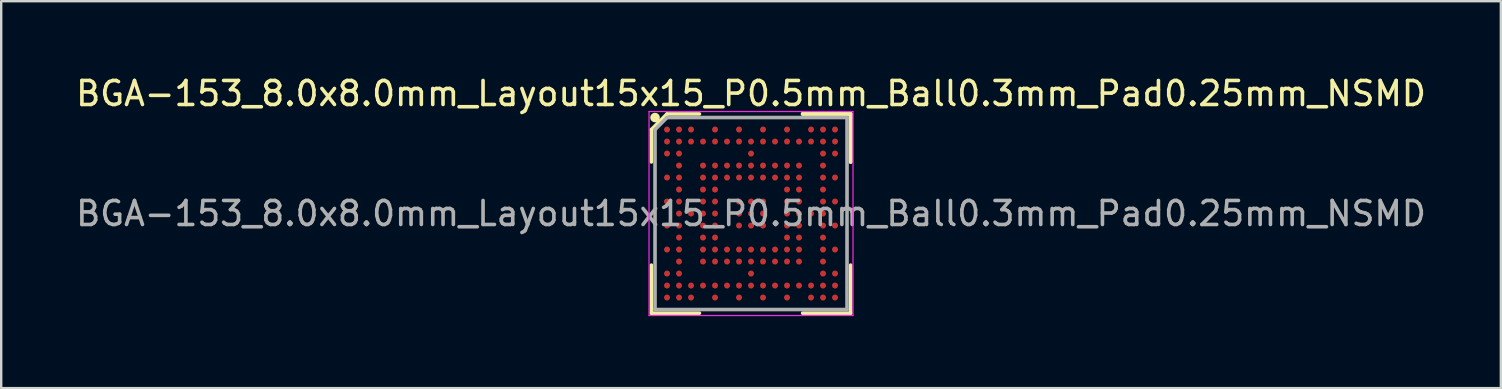
<source format=kicad_pcb>
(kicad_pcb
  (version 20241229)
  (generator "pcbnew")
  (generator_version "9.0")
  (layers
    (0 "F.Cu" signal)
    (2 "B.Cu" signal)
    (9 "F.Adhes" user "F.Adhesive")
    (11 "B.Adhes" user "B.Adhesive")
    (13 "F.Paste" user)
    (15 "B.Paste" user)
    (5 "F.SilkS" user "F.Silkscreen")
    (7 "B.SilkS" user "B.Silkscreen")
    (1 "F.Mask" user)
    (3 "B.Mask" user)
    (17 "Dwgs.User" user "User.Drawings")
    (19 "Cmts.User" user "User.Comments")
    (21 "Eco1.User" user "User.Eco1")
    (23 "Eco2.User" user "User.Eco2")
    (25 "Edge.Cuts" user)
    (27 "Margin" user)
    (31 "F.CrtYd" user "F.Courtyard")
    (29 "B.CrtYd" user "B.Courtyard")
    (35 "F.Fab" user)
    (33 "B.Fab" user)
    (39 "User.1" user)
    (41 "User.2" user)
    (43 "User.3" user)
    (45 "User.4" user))
  (footprint "BGA-153_8.0x8.0mm_Layout15x15_P0.5mm_Ball0.3mm_Pad0.25mm_NSMD"
    (layer "F.Cu")
    (at 28.244 5.848)
    (property "Reference" "BGA-153_8.0x8.0mm_Layout15x15_P0.5mm_Ball0.3mm_Pad0.25mm_NSMD" (at 0 -5 0) (layer "F.SilkS") (effects (font (size 1 1) (thickness 0.15))))
    (attr smd)
    (fp_line (start -4.15 -3.5) (end -4.15 -2.15) (stroke (width 0.15) (type solid)) (layer "F.SilkS"))
    (fp_line (start -4.15 4.15) (end -4.15 2.15) (stroke (width 0.15) (type solid)) (layer "F.SilkS"))
    (fp_line (start -3.5 -4.15) (end -4.15 -3.5) (stroke (width 0.15) (type solid)) (layer "F.SilkS"))
    (fp_line (start -2.15 -4.15) (end -3.5 -4.15) (stroke (width 0.15) (type solid)) (layer "F.SilkS"))
    (fp_line (start -2.15 4.15) (end -4.15 4.15) (stroke (width 0.15) (type solid)) (layer "F.SilkS"))
    (fp_line (start 2.15 -4.15) (end 4.15 -4.15) (stroke (width 0.15) (type solid)) (layer "F.SilkS"))
    (fp_line (start 2.15 -4.15) (end 4.15 -4.15) (stroke (width 0.15) (type solid)) (layer "F.SilkS"))
    (fp_line (start 2.15 -4.15) (end 4.15 -4.15) (stroke (width 0.15) (type solid)) (layer "F.SilkS"))
    (fp_line (start 2.15 4.15) (end 4.15 4.15) (stroke (width 0.15) (type solid)) (layer "F.SilkS"))
    (fp_line (start 4.15 -4.15) (end 4.15 -2.15) (stroke (width 0.15) (type solid)) (layer "F.SilkS"))
    (fp_line (start 4.15 -4.15) (end 4.15 -2.15) (stroke (width 0.15) (type solid)) (layer "F.SilkS"))
    (fp_line (start 4.15 -4.15) (end 4.15 -2.15) (stroke (width 0.15) (type solid)) (layer "F.SilkS"))
    (fp_line (start 4.15 4.15) (end 4.15 2.15) (stroke (width 0.15) (type solid)) (layer "F.SilkS"))
    (fp_circle (center -4 -4) (end -4 -3.9) (stroke (width 0.2) (type solid)) (fill no) (layer "F.SilkS"))
    (fp_line (start -4.25 -4.25) (end 4.25 -4.25) (stroke (width 0.05) (type solid)) (layer "F.CrtYd"))
    (fp_line (start -4.25 4.25) (end -4.25 -4.25) (stroke (width 0.05) (type solid)) (layer "F.CrtYd"))
    (fp_line (start 4.25 -4.25) (end 4.25 4.25) (stroke (width 0.05) (type solid)) (layer "F.CrtYd"))
    (fp_line (start 4.25 4.25) (end -4.25 4.25) (stroke (width 0.05) (type solid)) (layer "F.CrtYd"))
    (fp_line (start -4 -3.5) (end -4 4) (stroke (width 0.15) (type solid)) (layer "F.Fab"))
    (fp_line (start -4 4) (end 4 4) (stroke (width 0.15) (type solid)) (layer "F.Fab"))
    (fp_line (start -3.5 -4) (end -4 -3.5) (stroke (width 0.15) (type solid)) (layer "F.Fab"))
    (fp_line (start 4 -4) (end -3.5 -4) (stroke (width 0.15) (type solid)) (layer "F.Fab"))
    (fp_line (start 4 4) (end 4 -4) (stroke (width 0.15) (type solid)) (layer "F.Fab"))
    (fp_text user "${REFERENCE}" (at 0 0 0) (layer "F.Fab") (effects (font (size 1 1) (thickness 0.15))))
    (pad "A1" smd circle (at -3.5 -3.5) (size 0.25 0.25) (layers "F.Cu" "F.Mask" "F.Paste"))
    (pad "A2" smd circle (at -3 -3.5) (size 0.25 0.25) (layers "F.Cu" "F.Mask" "F.Paste"))
    (pad "A3" smd circle (at -2.5 -3.5) (size 0.25 0.25) (layers "F.Cu" "F.Mask" "F.Paste"))
    (pad "A5" smd circle (at -1.5 -3.5) (size 0.25 0.25) (layers "F.Cu" "F.Mask" "F.Paste"))
    (pad "A7" smd circle (at -0.5 -3.5) (size 0.25 0.25) (layers "F.Cu" "F.Mask" "F.Paste"))
    (pad "A9" smd circle (at 0.5 -3.5) (size 0.25 0.25) (layers "F.Cu" "F.Mask" "F.Paste"))
    (pad "A11" smd circle (at 1.5 -3.5) (size 0.25 0.25) (layers "F.Cu" "F.Mask" "F.Paste"))
    (pad "A13" smd circle (at 2.5 -3.5) (size 0.25 0.25) (layers "F.Cu" "F.Mask" "F.Paste"))
    (pad "A14" smd circle (at 3 -3.5) (size 0.25 0.25) (layers "F.Cu" "F.Mask" "F.Paste"))
    (pad "A15" smd circle (at 3.5 -3.5) (size 0.25 0.25) (layers "F.Cu" "F.Mask" "F.Paste"))
    (pad "B1" smd circle (at -3.5 -3) (size 0.25 0.25) (layers "F.Cu" "F.Mask" "F.Paste"))
    (pad "B2" smd circle (at -3 -3) (size 0.25 0.25) (layers "F.Cu" "F.Mask" "F.Paste"))
    (pad "B3" smd circle (at -2.5 -3) (size 0.25 0.25) (layers "F.Cu" "F.Mask" "F.Paste"))
    (pad "B4" smd circle (at -2 -3) (size 0.25 0.25) (layers "F.Cu" "F.Mask" "F.Paste"))
    (pad "B5" smd circle (at -1.5 -3) (size 0.25 0.25) (layers "F.Cu" "F.Mask" "F.Paste"))
    (pad "B6" smd circle (at -1 -3) (size 0.25 0.25) (layers "F.Cu" "F.Mask" "F.Paste"))
    (pad "B7" smd circle (at -0.5 -3) (size 0.25 0.25) (layers "F.Cu" "F.Mask" "F.Paste"))
    (pad "B8" smd circle (at 0 -3) (size 0.25 0.25) (layers "F.Cu" "F.Mask" "F.Paste"))
    (pad "B9" smd circle (at 0.5 -3) (size 0.25 0.25) (layers "F.Cu" "F.Mask" "F.Paste"))
    (pad "B10" smd circle (at 1 -3) (size 0.25 0.25) (layers "F.Cu" "F.Mask" "F.Paste"))
    (pad "B11" smd circle (at 1.5 -3) (size 0.25 0.25) (layers "F.Cu" "F.Mask" "F.Paste"))
    (pad "B12" smd circle (at 2 -3) (size 0.25 0.25) (layers "F.Cu" "F.Mask" "F.Paste"))
    (pad "B13" smd circle (at 2.5 -3) (size 0.25 0.25) (layers "F.Cu" "F.Mask" "F.Paste"))
    (pad "B14" smd circle (at 3 -3) (size 0.25 0.25) (layers "F.Cu" "F.Mask" "F.Paste"))
    (pad "B15" smd circle (at 3.5 -3) (size 0.25 0.25) (layers "F.Cu" "F.Mask" "F.Paste"))
    (pad "C1" smd circle (at -3.5 -2.5) (size 0.25 0.25) (layers "F.Cu" "F.Mask" "F.Paste"))
    (pad "C2" smd circle (at -3 -2.5) (size 0.25 0.25) (layers "F.Cu" "F.Mask" "F.Paste"))
    (pad "C8" smd circle (at 0 -2.5) (size 0.25 0.25) (layers "F.Cu" "F.Mask" "F.Paste"))
    (pad "C14" smd circle (at 3 -2.5) (size 0.25 0.25) (layers "F.Cu" "F.Mask" "F.Paste"))
    (pad "C15" smd circle (at 3.5 -2.5) (size 0.25 0.25) (layers "F.Cu" "F.Mask" "F.Paste"))
    (pad "D2" smd circle (at -3 -2) (size 0.25 0.25) (layers "F.Cu" "F.Mask" "F.Paste"))
    (pad "D4" smd circle (at -2 -2) (size 0.25 0.25) (layers "F.Cu" "F.Mask" "F.Paste"))
    (pad "D5" smd circle (at -1.5 -2) (size 0.25 0.25) (layers "F.Cu" "F.Mask" "F.Paste"))
    (pad "D6" smd circle (at -1 -2) (size 0.25 0.25) (layers "F.Cu" "F.Mask" "F.Paste"))
    (pad "D7" smd circle (at -0.5 -2) (size 0.25 0.25) (layers "F.Cu" "F.Mask" "F.Paste"))
    (pad "D8" smd circle (at 0 -2) (size 0.25 0.25) (layers "F.Cu" "F.Mask" "F.Paste"))
    (pad "D9" smd circle (at 0.5 -2) (size 0.25 0.25) (layers "F.Cu" "F.Mask" "F.Paste"))
    (pad "D10" smd circle (at 1 -2) (size 0.25 0.25) (layers "F.Cu" "F.Mask" "F.Paste"))
    (pad "D11" smd circle (at 1.5 -2) (size 0.25 0.25) (layers "F.Cu" "F.Mask" "F.Paste"))
    (pad "D12" smd circle (at 2 -2) (size 0.25 0.25) (layers "F.Cu" "F.Mask" "F.Paste"))
    (pad "D14" smd circle (at 3 -2) (size 0.25 0.25) (layers "F.Cu" "F.Mask" "F.Paste"))
    (pad "E1" smd circle (at -3.5 -1.5) (size 0.25 0.25) (layers "F.Cu" "F.Mask" "F.Paste"))
    (pad "E2" smd circle (at -3 -1.5) (size 0.25 0.25) (layers "F.Cu" "F.Mask" "F.Paste"))
    (pad "E4" smd circle (at -2 -1.5) (size 0.25 0.25) (layers "F.Cu" "F.Mask" "F.Paste"))
    (pad "E5" smd circle (at -1.5 -1.5) (size 0.25 0.25) (layers "F.Cu" "F.Mask" "F.Paste"))
    (pad "E6" smd circle (at -1 -1.5) (size 0.25 0.25) (layers "F.Cu" "F.Mask" "F.Paste"))
    (pad "E7" smd circle (at -0.5 -1.5) (size 0.25 0.25) (layers "F.Cu" "F.Mask" "F.Paste"))
    (pad "E8" smd circle (at 0 -1.5) (size 0.25 0.25) (layers "F.Cu" "F.Mask" "F.Paste"))
    (pad "E9" smd circle (at 0.5 -1.5) (size 0.25 0.25) (layers "F.Cu" "F.Mask" "F.Paste"))
    (pad "E10" smd circle (at 1 -1.5) (size 0.25 0.25) (layers "F.Cu" "F.Mask" "F.Paste"))
    (pad "E11" smd circle (at 1.5 -1.5) (size 0.25 0.25) (layers "F.Cu" "F.Mask" "F.Paste"))
    (pad "E12" smd circle (at 2 -1.5) (size 0.25 0.25) (layers "F.Cu" "F.Mask" "F.Paste"))
    (pad "E14" smd circle (at 3 -1.5) (size 0.25 0.25) (layers "F.Cu" "F.Mask" "F.Paste"))
    (pad "E15" smd circle (at 3.5 -1.5) (size 0.25 0.25) (layers "F.Cu" "F.Mask" "F.Paste"))
    (pad "F2" smd circle (at -3 -1) (size 0.25 0.25) (layers "F.Cu" "F.Mask" "F.Paste"))
    (pad "F4" smd circle (at -2 -1) (size 0.25 0.25) (layers "F.Cu" "F.Mask" "F.Paste"))
    (pad "F5" smd circle (at -1.5 -1) (size 0.25 0.25) (layers "F.Cu" "F.Mask" "F.Paste"))
    (pad "F11" smd circle (at 1.5 -1) (size 0.25 0.25) (layers "F.Cu" "F.Mask" "F.Paste"))
    (pad "F12" smd circle (at 2 -1) (size 0.25 0.25) (layers "F.Cu" "F.Mask" "F.Paste"))
    (pad "F14" smd circle (at 3 -1) (size 0.25 0.25) (layers "F.Cu" "F.Mask" "F.Paste"))
    (pad "G1" smd circle (at -3.5 -0.5) (size 0.25 0.25) (layers "F.Cu" "F.Mask" "F.Paste"))
    (pad "G2" smd circle (at -3 -0.5) (size 0.25 0.25) (layers "F.Cu" "F.Mask" "F.Paste"))
    (pad "G4" smd circle (at -2 -0.5) (size 0.25 0.25) (layers "F.Cu" "F.Mask" "F.Paste"))
    (pad "G5" smd circle (at -1.5 -0.5) (size 0.25 0.25) (layers "F.Cu" "F.Mask" "F.Paste"))
    (pad "G7" smd circle (at -0.5 -0.5) (size 0.25 0.25) (layers "F.Cu" "F.Mask" "F.Paste"))
    (pad "G8" smd circle (at 0 -0.5) (size 0.25 0.25) (layers "F.Cu" "F.Mask" "F.Paste"))
    (pad "G9" smd circle (at 0.5 -0.5) (size 0.25 0.25) (layers "F.Cu" "F.Mask" "F.Paste"))
    (pad "G11" smd circle (at 1.5 -0.5) (size 0.25 0.25) (layers "F.Cu" "F.Mask" "F.Paste"))
    (pad "G12" smd circle (at 2 -0.5) (size 0.25 0.25) (layers "F.Cu" "F.Mask" "F.Paste"))
    (pad "G14" smd circle (at 3 -0.5) (size 0.25 0.25) (layers "F.Cu" "F.Mask" "F.Paste"))
    (pad "G15" smd circle (at 3.5 -0.5) (size 0.25 0.25) (layers "F.Cu" "F.Mask" "F.Paste"))
    (pad "H2" smd circle (at -3 0) (size 0.25 0.25) (layers "F.Cu" "F.Mask" "F.Paste"))
    (pad "H3" smd circle (at -2.5 0) (size 0.25 0.25) (layers "F.Cu" "F.Mask" "F.Paste"))
    (pad "H4" smd circle (at -2 0) (size 0.25 0.25) (layers "F.Cu" "F.Mask" "F.Paste"))
    (pad "H5" smd circle (at -1.5 0) (size 0.25 0.25) (layers "F.Cu" "F.Mask" "F.Paste"))
    (pad "H7" smd circle (at -0.5 0) (size 0.25 0.25) (layers "F.Cu" "F.Mask" "F.Paste"))
    (pad "H8" smd circle (at 0 0) (size 0.25 0.25) (layers "F.Cu" "F.Mask" "F.Paste"))
    (pad "H9" smd circle (at 0.5 0) (size 0.25 0.25) (layers "F.Cu" "F.Mask" "F.Paste"))
    (pad "H11" smd circle (at 1.5 0) (size 0.25 0.25) (layers "F.Cu" "F.Mask" "F.Paste"))
    (pad "H12" smd circle (at 2 0) (size 0.25 0.25) (layers "F.Cu" "F.Mask" "F.Paste"))
    (pad "H13" smd circle (at 2.5 0) (size 0.25 0.25) (layers "F.Cu" "F.Mask" "F.Paste"))
    (pad "H14" smd circle (at 3 0) (size 0.25 0.25) (layers "F.Cu" "F.Mask" "F.Paste"))
    (pad "J1" smd circle (at -3.5 0.5) (size 0.25 0.25) (layers "F.Cu" "F.Mask" "F.Paste"))
    (pad "J2" smd circle (at -3 0.5) (size 0.25 0.25) (layers "F.Cu" "F.Mask" "F.Paste"))
    (pad "J4" smd circle (at -2 0.5) (size 0.25 0.25) (layers "F.Cu" "F.Mask" "F.Paste"))
    (pad "J5" smd circle (at -1.5 0.5) (size 0.25 0.25) (layers "F.Cu" "F.Mask" "F.Paste"))
    (pad "J7" smd circle (at -0.5 0.5) (size 0.25 0.25) (layers "F.Cu" "F.Mask" "F.Paste"))
    (pad "J8" smd circle (at 0 0.5) (size 0.25 0.25) (layers "F.Cu" "F.Mask" "F.Paste"))
    (pad "J9" smd circle (at 0.5 0.5) (size 0.25 0.25) (layers "F.Cu" "F.Mask" "F.Paste"))
    (pad "J11" smd circle (at 1.5 0.5) (size 0.25 0.25) (layers "F.Cu" "F.Mask" "F.Paste"))
    (pad "J12" smd circle (at 2 0.5) (size 0.25 0.25) (layers "F.Cu" "F.Mask" "F.Paste"))
    (pad "J14" smd circle (at 3 0.5) (size 0.25 0.25) (layers "F.Cu" "F.Mask" "F.Paste"))
    (pad "J15" smd circle (at 3.5 0.5) (size 0.25 0.25) (layers "F.Cu" "F.Mask" "F.Paste"))
    (pad "K2" smd circle (at -3 1) (size 0.25 0.25) (layers "F.Cu" "F.Mask" "F.Paste"))
    (pad "K4" smd circle (at -2 1) (size 0.25 0.25) (layers "F.Cu" "F.Mask" "F.Paste"))
    (pad "K5" smd circle (at -1.5 1) (size 0.25 0.25) (layers "F.Cu" "F.Mask" "F.Paste"))
    (pad "K11" smd circle (at 1.5 1) (size 0.25 0.25) (layers "F.Cu" "F.Mask" "F.Paste"))
    (pad "K12" smd circle (at 2 1) (size 0.25 0.25) (layers "F.Cu" "F.Mask" "F.Paste"))
    (pad "K14" smd circle (at 3 1) (size 0.25 0.25) (layers "F.Cu" "F.Mask" "F.Paste"))
    (pad "L1" smd circle (at -3.5 1.5) (size 0.25 0.25) (layers "F.Cu" "F.Mask" "F.Paste"))
    (pad "L2" smd circle (at -3 1.5) (size 0.25 0.25) (layers "F.Cu" "F.Mask" "F.Paste"))
    (pad "L4" smd circle (at -2 1.5) (size 0.25 0.25) (layers "F.Cu" "F.Mask" "F.Paste"))
    (pad "L5" smd circle (at -1.5 1.5) (size 0.25 0.25) (layers "F.Cu" "F.Mask" "F.Paste"))
    (pad "L6" smd circle (at -1 1.5) (size 0.25 0.25) (layers "F.Cu" "F.Mask" "F.Paste"))
    (pad "L7" smd circle (at -0.5 1.5) (size 0.25 0.25) (layers "F.Cu" "F.Mask" "F.Paste"))
    (pad "L8" smd circle (at 0 1.5) (size 0.25 0.25) (layers "F.Cu" "F.Mask" "F.Paste"))
    (pad "L9" smd circle (at 0.5 1.5) (size 0.25 0.25) (layers "F.Cu" "F.Mask" "F.Paste"))
    (pad "L10" smd circle (at 1 1.5) (size 0.25 0.25) (layers "F.Cu" "F.Mask" "F.Paste"))
    (pad "L11" smd circle (at 1.5 1.5) (size 0.25 0.25) (layers "F.Cu" "F.Mask" "F.Paste"))
    (pad "L12" smd circle (at 2 1.5) (size 0.25 0.25) (layers "F.Cu" "F.Mask" "F.Paste"))
    (pad "L14" smd circle (at 3 1.5) (size 0.25 0.25) (layers "F.Cu" "F.Mask" "F.Paste"))
    (pad "L15" smd circle (at 3.5 1.5) (size 0.25 0.25) (layers "F.Cu" "F.Mask" "F.Paste"))
    (pad "M2" smd circle (at -3 2) (size 0.25 0.25) (layers "F.Cu" "F.Mask" "F.Paste"))
    (pad "M4" smd circle (at -2 2) (size 0.25 0.25) (layers "F.Cu" "F.Mask" "F.Paste"))
    (pad "M5" smd circle (at -1.5 2) (size 0.25 0.25) (layers "F.Cu" "F.Mask" "F.Paste"))
    (pad "M6" smd circle (at -1 2) (size 0.25 0.25) (layers "F.Cu" "F.Mask" "F.Paste"))
    (pad "M7" smd circle (at -0.5 2) (size 0.25 0.25) (layers "F.Cu" "F.Mask" "F.Paste"))
    (pad "M8" smd circle (at 0 2) (size 0.25 0.25) (layers "F.Cu" "F.Mask" "F.Paste"))
    (pad "M9" smd circle (at 0.5 2) (size 0.25 0.25) (layers "F.Cu" "F.Mask" "F.Paste"))
    (pad "M10" smd circle (at 1 2) (size 0.25 0.25) (layers "F.Cu" "F.Mask" "F.Paste"))
    (pad "M11" smd circle (at 1.5 2) (size 0.25 0.25) (layers "F.Cu" "F.Mask" "F.Paste"))
    (pad "M12" smd circle (at 2 2) (size 0.25 0.25) (layers "F.Cu" "F.Mask" "F.Paste"))
    (pad "M14" smd circle (at 3 2) (size 0.25 0.25) (layers "F.Cu" "F.Mask" "F.Paste"))
    (pad "N1" smd circle (at -3.5 2.5) (size 0.25 0.25) (layers "F.Cu" "F.Mask" "F.Paste"))
    (pad "N2" smd circle (at -3 2.5) (size 0.25 0.25) (layers "F.Cu" "F.Mask" "F.Paste"))
    (pad "N8" smd circle (at 0 2.5) (size 0.25 0.25) (layers "F.Cu" "F.Mask" "F.Paste"))
    (pad "N14" smd circle (at 3 2.5) (size 0.25 0.25) (layers "F.Cu" "F.Mask" "F.Paste"))
    (pad "N15" smd circle (at 3.5 2.5) (size 0.25 0.25) (layers "F.Cu" "F.Mask" "F.Paste"))
    (pad "P1" smd circle (at -3.5 3) (size 0.25 0.25) (layers "F.Cu" "F.Mask" "F.Paste"))
    (pad "P2" smd circle (at -3 3) (size 0.25 0.25) (layers "F.Cu" "F.Mask" "F.Paste"))
    (pad "P3" smd circle (at -2.5 3) (size 0.25 0.25) (layers "F.Cu" "F.Mask" "F.Paste"))
    (pad "P4" smd circle (at -2 3) (size 0.25 0.25) (layers "F.Cu" "F.Mask" "F.Paste"))
    (pad "P5" smd circle (at -1.5 3) (size 0.25 0.25) (layers "F.Cu" "F.Mask" "F.Paste"))
    (pad "P6" smd circle (at -1 3) (size 0.25 0.25) (layers "F.Cu" "F.Mask" "F.Paste"))
    (pad "P7" smd circle (at -0.5 3) (size 0.25 0.25) (layers "F.Cu" "F.Mask" "F.Paste"))
    (pad "P8" smd circle (at 0 3) (size 0.25 0.25) (layers "F.Cu" "F.Mask" "F.Paste"))
    (pad "P9" smd circle (at 0.5 3) (size 0.25 0.25) (layers "F.Cu" "F.Mask" "F.Paste"))
    (pad "P10" smd circle (at 1 3) (size 0.25 0.25) (layers "F.Cu" "F.Mask" "F.Paste"))
    (pad "P11" smd circle (at 1.5 3) (size 0.25 0.25) (layers "F.Cu" "F.Mask" "F.Paste"))
    (pad "P12" smd circle (at 2 3) (size 0.25 0.25) (layers "F.Cu" "F.Mask" "F.Paste"))
    (pad "P13" smd circle (at 2.5 3) (size 0.25 0.25) (layers "F.Cu" "F.Mask" "F.Paste"))
    (pad "P14" smd circle (at 3 3) (size 0.25 0.25) (layers "F.Cu" "F.Mask" "F.Paste"))
    (pad "P15" smd circle (at 3.5 3) (size 0.25 0.25) (layers "F.Cu" "F.Mask" "F.Paste"))
    (pad "R1" smd circle (at -3.5 3.5) (size 0.25 0.25) (layers "F.Cu" "F.Mask" "F.Paste"))
    (pad "R2" smd circle (at -3 3.5) (size 0.25 0.25) (layers "F.Cu" "F.Mask" "F.Paste"))
    (pad "R3" smd circle (at -2.5 3.5) (size 0.25 0.25) (layers "F.Cu" "F.Mask" "F.Paste"))
    (pad "R5" smd circle (at -1.5 3.5) (size 0.25 0.25) (layers "F.Cu" "F.Mask" "F.Paste"))
    (pad "R7" smd circle (at -0.5 3.5) (size 0.25 0.25) (layers "F.Cu" "F.Mask" "F.Paste"))
    (pad "R9" smd circle (at 0.5 3.5) (size 0.25 0.25) (layers "F.Cu" "F.Mask" "F.Paste"))
    (pad "R11" smd circle (at 1.5 3.5) (size 0.25 0.25) (layers "F.Cu" "F.Mask" "F.Paste"))
    (pad "R13" smd circle (at 2.5 3.5) (size 0.25 0.25) (layers "F.Cu" "F.Mask" "F.Paste"))
    (pad "R14" smd circle (at 3 3.5) (size 0.25 0.25) (layers "F.Cu" "F.Mask" "F.Paste"))
    (pad "R15" smd circle (at 3.5 3.5) (size 0.25 0.25) (layers "F.Cu" "F.Mask" "F.Paste")))
  (gr_rect
    (start -3 -3)
    (end 59.488 13.123)
    (stroke (width 0.1) (type default))
    (fill no)
    (layer "Edge.Cuts")))
</source>
